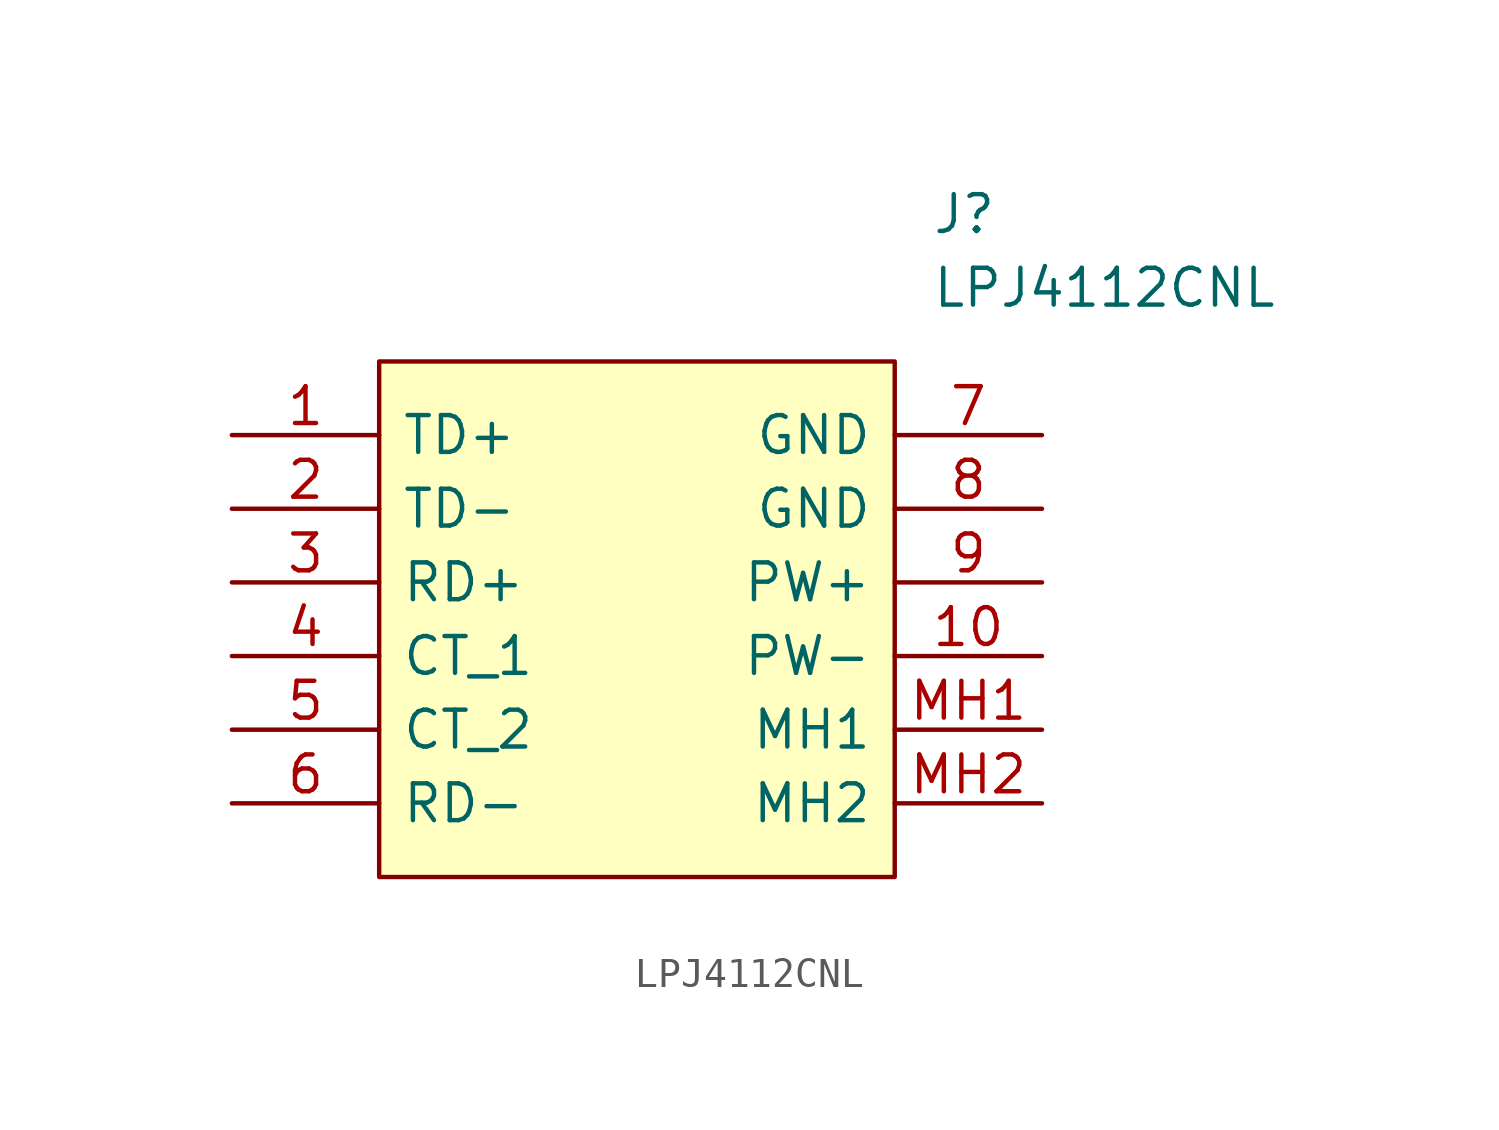
<source format=kicad_sym>
(kicad_symbol_lib
  (version 20220914)
  (generator kicad_symbol_editor)
  (symbol "LPJ4112CNL"
    (pin_names
      (offset 0.762))
    (property "Reference" "J"
      (at 24.13 7.62 0)
      (effects (font (size 1.27 1.27)) (justify left)))
    (property "Value" "LPJ4112CNL"
      (at 24.13 5.08 0)
      (effects (font (size 1.27 1.27)) (justify left)))
    (symbol "LPJ4112CNL_0_0"
      (pin passive line (at 0 0 0) (length 5.08) (name "TD+" (effects (font (size 1.27 1.27)))) (number "1" (effects (font (size 1.27 1.27)))))
      (pin passive line (at 0 -2.54 0) (length 5.08) (name "TD-" (effects (font (size 1.27 1.27)))) (number "2" (effects (font (size 1.27 1.27)))))
      (pin passive line (at 0 -5.08 0) (length 5.08) (name "RD+" (effects (font (size 1.27 1.27)))) (number "3" (effects (font (size 1.27 1.27)))))
      (pin passive line (at 0 -7.62 0) (length 5.08) (name "CT_1" (effects (font (size 1.27 1.27)))) (number "4" (effects (font (size 1.27 1.27)))))
      (pin passive line (at 0 -10.16 0) (length 5.08) (name "CT_2" (effects (font (size 1.27 1.27)))) (number "5" (effects (font (size 1.27 1.27)))))
      (pin passive line (at 0 -12.7 0) (length 5.08) (name "RD-" (effects (font (size 1.27 1.27)))) (number "6" (effects (font (size 1.27 1.27)))))
      (pin passive line (at 27.94 0 180) (length 5.08) (name "GND" (effects (font (size 1.27 1.27)))) (number "7" (effects (font (size 1.27 1.27)))))
      (pin passive line (at 27.94 -10.16 180) (length 5.08) (name "MH1" (effects (font (size 1.27 1.27)))) (number "MH1" (effects (font (size 1.27 1.27)))))
      (pin passive line (at 27.94 -12.7 180) (length 5.08) (name "MH2" (effects (font (size 1.27 1.27)))) (number "MH2" (effects (font (size 1.27 1.27))))))
    (symbol "LPJ4112CNL_1_0"
      (pin power_out line (at 27.94 -7.62 180) (length 5.08) (name "PW-" (effects (font (size 1.27 1.27)))) (number "10" (effects (font (size 1.27 1.27)))))
      (pin passive line (at 27.94 -2.54 180) (length 5.08) (name "GND" (effects (font (size 1.27 1.27)))) (number "8" (effects (font (size 1.27 1.27)))))
      (pin power_out line (at 27.94 -5.08 180) (length 5.08) (name "PW+" (effects (font (size 1.27 1.27)))) (number "9" (effects (font (size 1.27 1.27))))))
    (symbol "LPJ4112CNL_1_1"
      (polyline (pts (xy 5.08 2.54) (xy 22.86 2.54) (xy 22.86 -15.24) (xy 5.08 -15.24) (xy 5.08 2.54)) (stroke (width 0.152) (type solid)) (fill (type background))))))
</source>
